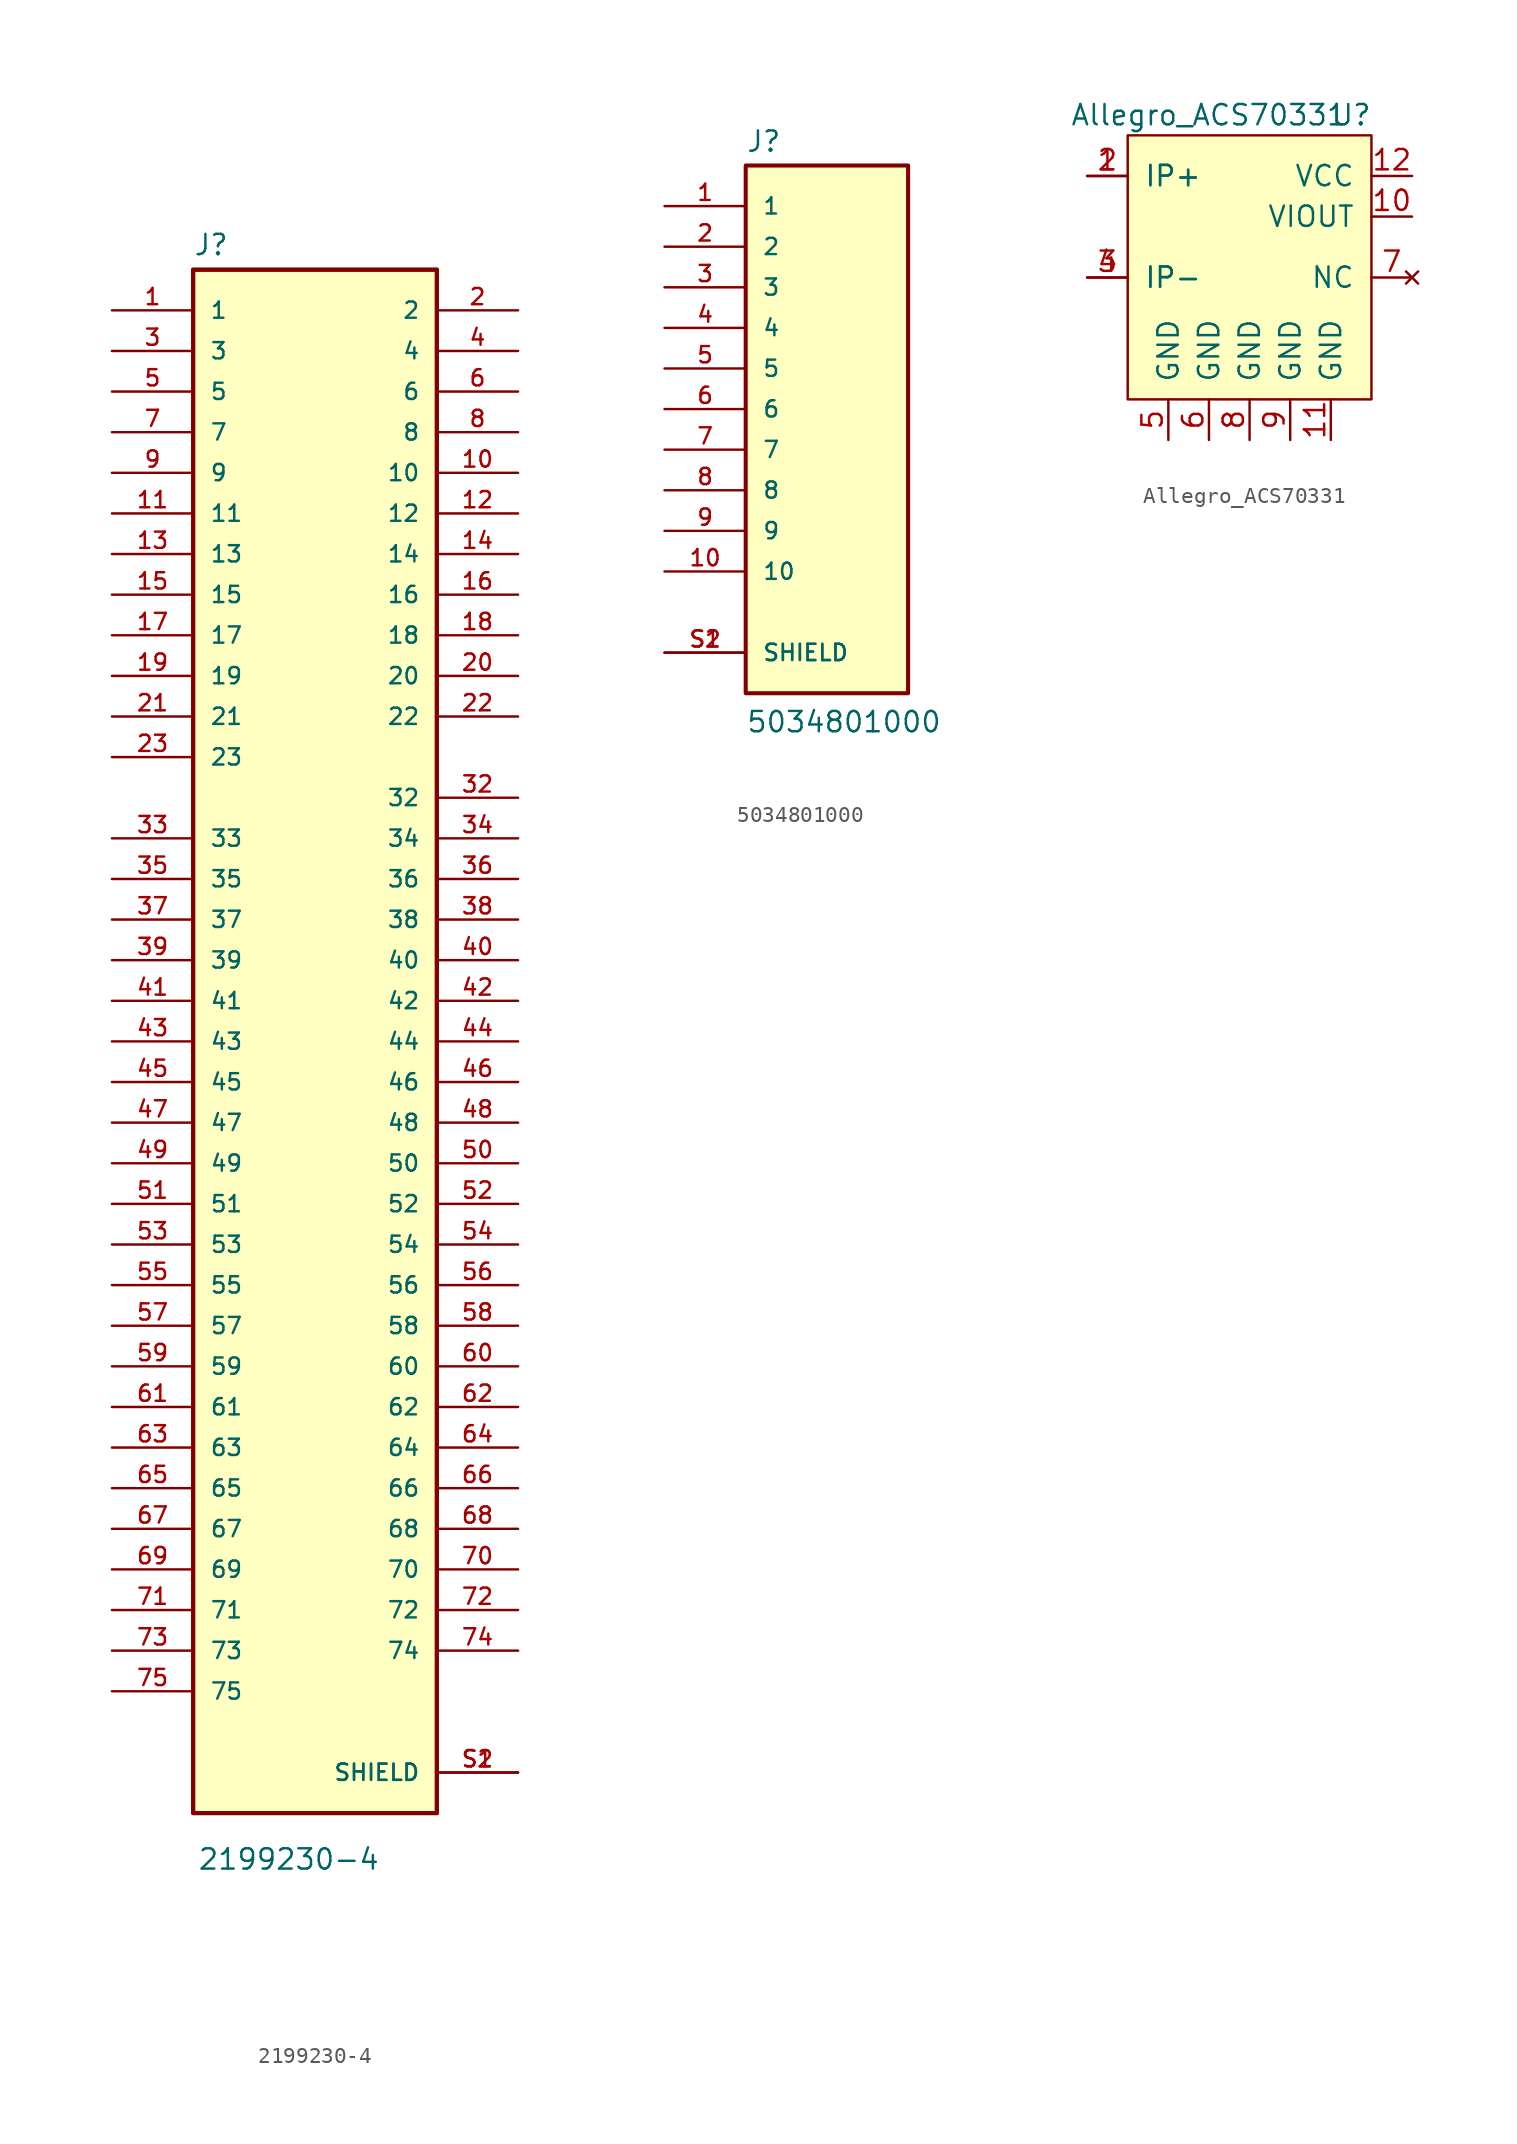
<source format=kicad_sym>
(kicad_symbol_lib
  (version 20211014)
  (generator kicad_symbol_editor)
  (symbol "2199230-4"
    (pin_names
      (offset 1.016))
    (property "Reference" "J"
      (at -7.62 49.073 0)
      (effects (font (size 1.27 1.27)) (justify left bottom)))
    (property "Value" "2199230-4"
      (at -7.366 -51.892 0)
      (effects (font (size 1.27 1.27)) (justify left bottom)))
    (symbol "2199230-4_0_0"
      (rectangle (start -7.62 -48.26) (end 7.62 48.26) (stroke (width 0.254) (type default) (color 0 0 0 0)) (fill (type background)))
      (polyline (pts (xy -7.62 -48.26) (xy -7.62 48.26)) (stroke (width 0.254) (type default) (color 0 0 0 0)) (fill (type none)))
      (polyline (pts (xy -7.62 48.26) (xy 7.62 48.26)) (stroke (width 0.254) (type default) (color 0 0 0 0)) (fill (type background)))
      (polyline (pts (xy 7.62 -48.26) (xy -7.62 -48.26)) (stroke (width 0.254) (type default) (color 0 0 0 0)) (fill (type none)))
      (polyline (pts (xy 7.62 48.26) (xy 7.62 -48.26)) (stroke (width 0.254) (type default) (color 0 0 0 0)) (fill (type none)))
      (pin passive line (at -12.7 45.72 0) (length 5.08) (name "1" (effects (font (size 1.016 1.016)))) (number "1" (effects (font (size 1.016 1.016)))))
      (pin passive line (at 12.7 35.56 180) (length 5.08) (name "10" (effects (font (size 1.016 1.016)))) (number "10" (effects (font (size 1.016 1.016)))))
      (pin passive line (at -12.7 33.02 0) (length 5.08) (name "11" (effects (font (size 1.016 1.016)))) (number "11" (effects (font (size 1.016 1.016)))))
      (pin passive line (at 12.7 33.02 180) (length 5.08) (name "12" (effects (font (size 1.016 1.016)))) (number "12" (effects (font (size 1.016 1.016)))))
      (pin passive line (at -12.7 30.48 0) (length 5.08) (name "13" (effects (font (size 1.016 1.016)))) (number "13" (effects (font (size 1.016 1.016)))))
      (pin passive line (at 12.7 30.48 180) (length 5.08) (name "14" (effects (font (size 1.016 1.016)))) (number "14" (effects (font (size 1.016 1.016)))))
      (pin passive line (at -12.7 27.94 0) (length 5.08) (name "15" (effects (font (size 1.016 1.016)))) (number "15" (effects (font (size 1.016 1.016)))))
      (pin passive line (at 12.7 27.94 180) (length 5.08) (name "16" (effects (font (size 1.016 1.016)))) (number "16" (effects (font (size 1.016 1.016)))))
      (pin passive line (at -12.7 25.4 0) (length 5.08) (name "17" (effects (font (size 1.016 1.016)))) (number "17" (effects (font (size 1.016 1.016)))))
      (pin passive line (at 12.7 25.4 180) (length 5.08) (name "18" (effects (font (size 1.016 1.016)))) (number "18" (effects (font (size 1.016 1.016)))))
      (pin passive line (at -12.7 22.86 0) (length 5.08) (name "19" (effects (font (size 1.016 1.016)))) (number "19" (effects (font (size 1.016 1.016)))))
      (pin passive line (at 12.7 45.72 180) (length 5.08) (name "2" (effects (font (size 1.016 1.016)))) (number "2" (effects (font (size 1.016 1.016)))))
      (pin passive line (at 12.7 22.86 180) (length 5.08) (name "20" (effects (font (size 1.016 1.016)))) (number "20" (effects (font (size 1.016 1.016)))))
      (pin passive line (at -12.7 20.32 0) (length 5.08) (name "21" (effects (font (size 1.016 1.016)))) (number "21" (effects (font (size 1.016 1.016)))))
      (pin passive line (at 12.7 20.32 180) (length 5.08) (name "22" (effects (font (size 1.016 1.016)))) (number "22" (effects (font (size 1.016 1.016)))))
      (pin passive line (at -12.7 17.78 0) (length 5.08) (name "23" (effects (font (size 1.016 1.016)))) (number "23" (effects (font (size 1.016 1.016)))))
      (pin passive line (at -12.7 43.18 0) (length 5.08) (name "3" (effects (font (size 1.016 1.016)))) (number "3" (effects (font (size 1.016 1.016)))))
      (pin passive line (at 12.7 15.24 180) (length 5.08) (name "32" (effects (font (size 1.016 1.016)))) (number "32" (effects (font (size 1.016 1.016)))))
      (pin passive line (at -12.7 12.7 0) (length 5.08) (name "33" (effects (font (size 1.016 1.016)))) (number "33" (effects (font (size 1.016 1.016)))))
      (pin passive line (at 12.7 12.7 180) (length 5.08) (name "34" (effects (font (size 1.016 1.016)))) (number "34" (effects (font (size 1.016 1.016)))))
      (pin passive line (at -12.7 10.16 0) (length 5.08) (name "35" (effects (font (size 1.016 1.016)))) (number "35" (effects (font (size 1.016 1.016)))))
      (pin passive line (at 12.7 10.16 180) (length 5.08) (name "36" (effects (font (size 1.016 1.016)))) (number "36" (effects (font (size 1.016 1.016)))))
      (pin passive line (at -12.7 7.62 0) (length 5.08) (name "37" (effects (font (size 1.016 1.016)))) (number "37" (effects (font (size 1.016 1.016)))))
      (pin passive line (at 12.7 7.62 180) (length 5.08) (name "38" (effects (font (size 1.016 1.016)))) (number "38" (effects (font (size 1.016 1.016)))))
      (pin passive line (at -12.7 5.08 0) (length 5.08) (name "39" (effects (font (size 1.016 1.016)))) (number "39" (effects (font (size 1.016 1.016)))))
      (pin passive line (at 12.7 43.18 180) (length 5.08) (name "4" (effects (font (size 1.016 1.016)))) (number "4" (effects (font (size 1.016 1.016)))))
      (pin passive line (at 12.7 5.08 180) (length 5.08) (name "40" (effects (font (size 1.016 1.016)))) (number "40" (effects (font (size 1.016 1.016)))))
      (pin passive line (at -12.7 2.54 0) (length 5.08) (name "41" (effects (font (size 1.016 1.016)))) (number "41" (effects (font (size 1.016 1.016)))))
      (pin passive line (at 12.7 2.54 180) (length 5.08) (name "42" (effects (font (size 1.016 1.016)))) (number "42" (effects (font (size 1.016 1.016)))))
      (pin passive line (at -12.7 0 0) (length 5.08) (name "43" (effects (font (size 1.016 1.016)))) (number "43" (effects (font (size 1.016 1.016)))))
      (pin passive line (at 12.7 0 180) (length 5.08) (name "44" (effects (font (size 1.016 1.016)))) (number "44" (effects (font (size 1.016 1.016)))))
      (pin passive line (at -12.7 -2.54 0) (length 5.08) (name "45" (effects (font (size 1.016 1.016)))) (number "45" (effects (font (size 1.016 1.016)))))
      (pin passive line (at 12.7 -2.54 180) (length 5.08) (name "46" (effects (font (size 1.016 1.016)))) (number "46" (effects (font (size 1.016 1.016)))))
      (pin passive line (at -12.7 -5.08 0) (length 5.08) (name "47" (effects (font (size 1.016 1.016)))) (number "47" (effects (font (size 1.016 1.016)))))
      (pin passive line (at 12.7 -5.08 180) (length 5.08) (name "48" (effects (font (size 1.016 1.016)))) (number "48" (effects (font (size 1.016 1.016)))))
      (pin passive line (at -12.7 -7.62 0) (length 5.08) (name "49" (effects (font (size 1.016 1.016)))) (number "49" (effects (font (size 1.016 1.016)))))
      (pin passive line (at -12.7 40.64 0) (length 5.08) (name "5" (effects (font (size 1.016 1.016)))) (number "5" (effects (font (size 1.016 1.016)))))
      (pin passive line (at 12.7 -7.62 180) (length 5.08) (name "50" (effects (font (size 1.016 1.016)))) (number "50" (effects (font (size 1.016 1.016)))))
      (pin passive line (at -12.7 -10.16 0) (length 5.08) (name "51" (effects (font (size 1.016 1.016)))) (number "51" (effects (font (size 1.016 1.016)))))
      (pin passive line (at 12.7 -10.16 180) (length 5.08) (name "52" (effects (font (size 1.016 1.016)))) (number "52" (effects (font (size 1.016 1.016)))))
      (pin passive line (at -12.7 -12.7 0) (length 5.08) (name "53" (effects (font (size 1.016 1.016)))) (number "53" (effects (font (size 1.016 1.016)))))
      (pin passive line (at 12.7 -12.7 180) (length 5.08) (name "54" (effects (font (size 1.016 1.016)))) (number "54" (effects (font (size 1.016 1.016)))))
      (pin passive line (at -12.7 -15.24 0) (length 5.08) (name "55" (effects (font (size 1.016 1.016)))) (number "55" (effects (font (size 1.016 1.016)))))
      (pin passive line (at 12.7 -15.24 180) (length 5.08) (name "56" (effects (font (size 1.016 1.016)))) (number "56" (effects (font (size 1.016 1.016)))))
      (pin passive line (at -12.7 -17.78 0) (length 5.08) (name "57" (effects (font (size 1.016 1.016)))) (number "57" (effects (font (size 1.016 1.016)))))
      (pin passive line (at 12.7 -17.78 180) (length 5.08) (name "58" (effects (font (size 1.016 1.016)))) (number "58" (effects (font (size 1.016 1.016)))))
      (pin passive line (at -12.7 -20.32 0) (length 5.08) (name "59" (effects (font (size 1.016 1.016)))) (number "59" (effects (font (size 1.016 1.016)))))
      (pin passive line (at 12.7 40.64 180) (length 5.08) (name "6" (effects (font (size 1.016 1.016)))) (number "6" (effects (font (size 1.016 1.016)))))
      (pin passive line (at 12.7 -20.32 180) (length 5.08) (name "60" (effects (font (size 1.016 1.016)))) (number "60" (effects (font (size 1.016 1.016)))))
      (pin passive line (at -12.7 -22.86 0) (length 5.08) (name "61" (effects (font (size 1.016 1.016)))) (number "61" (effects (font (size 1.016 1.016)))))
      (pin passive line (at 12.7 -22.86 180) (length 5.08) (name "62" (effects (font (size 1.016 1.016)))) (number "62" (effects (font (size 1.016 1.016)))))
      (pin passive line (at -12.7 -25.4 0) (length 5.08) (name "63" (effects (font (size 1.016 1.016)))) (number "63" (effects (font (size 1.016 1.016)))))
      (pin passive line (at 12.7 -25.4 180) (length 5.08) (name "64" (effects (font (size 1.016 1.016)))) (number "64" (effects (font (size 1.016 1.016)))))
      (pin passive line (at -12.7 -27.94 0) (length 5.08) (name "65" (effects (font (size 1.016 1.016)))) (number "65" (effects (font (size 1.016 1.016)))))
      (pin passive line (at 12.7 -27.94 180) (length 5.08) (name "66" (effects (font (size 1.016 1.016)))) (number "66" (effects (font (size 1.016 1.016)))))
      (pin passive line (at -12.7 -30.48 0) (length 5.08) (name "67" (effects (font (size 1.016 1.016)))) (number "67" (effects (font (size 1.016 1.016)))))
      (pin passive line (at 12.7 -30.48 180) (length 5.08) (name "68" (effects (font (size 1.016 1.016)))) (number "68" (effects (font (size 1.016 1.016)))))
      (pin passive line (at -12.7 -33.02 0) (length 5.08) (name "69" (effects (font (size 1.016 1.016)))) (number "69" (effects (font (size 1.016 1.016)))))
      (pin passive line (at -12.7 38.1 0) (length 5.08) (name "7" (effects (font (size 1.016 1.016)))) (number "7" (effects (font (size 1.016 1.016)))))
      (pin passive line (at 12.7 -33.02 180) (length 5.08) (name "70" (effects (font (size 1.016 1.016)))) (number "70" (effects (font (size 1.016 1.016)))))
      (pin passive line (at -12.7 -35.56 0) (length 5.08) (name "71" (effects (font (size 1.016 1.016)))) (number "71" (effects (font (size 1.016 1.016)))))
      (pin passive line (at 12.7 -35.56 180) (length 5.08) (name "72" (effects (font (size 1.016 1.016)))) (number "72" (effects (font (size 1.016 1.016)))))
      (pin passive line (at -12.7 -38.1 0) (length 5.08) (name "73" (effects (font (size 1.016 1.016)))) (number "73" (effects (font (size 1.016 1.016)))))
      (pin passive line (at 12.7 -38.1 180) (length 5.08) (name "74" (effects (font (size 1.016 1.016)))) (number "74" (effects (font (size 1.016 1.016)))))
      (pin passive line (at -12.7 -40.64 0) (length 5.08) (name "75" (effects (font (size 1.016 1.016)))) (number "75" (effects (font (size 1.016 1.016)))))
      (pin passive line (at 12.7 38.1 180) (length 5.08) (name "8" (effects (font (size 1.016 1.016)))) (number "8" (effects (font (size 1.016 1.016)))))
      (pin passive line (at -12.7 35.56 0) (length 5.08) (name "9" (effects (font (size 1.016 1.016)))) (number "9" (effects (font (size 1.016 1.016)))))
      (pin passive line (at 12.7 -45.72 180) (length 5.08) (name "SHIELD" (effects (font (size 1.016 1.016)))) (number "S1" (effects (font (size 1.016 1.016)))))
      (pin passive line (at 12.7 -45.72 180) (length 5.08) (name "SHIELD" (effects (font (size 1.016 1.016)))) (number "S2" (effects (font (size 1.016 1.016)))))))
  (symbol "5034801000"
    (pin_names
      (offset 1.016))
    (property "Reference" "J"
      (at -5.08 18.542 0)
      (effects (font (size 1.27 1.27)) (justify left bottom)))
    (property "Value" "5034801000"
      (at -5.08 -17.78 0)
      (effects (font (size 1.27 1.27)) (justify left bottom)))
    (symbol "5034801000_0_0"
      (rectangle (start -5.08 -15.24) (end 5.08 17.78) (stroke (width 0.254) (type default) (color 0 0 0 0)) (fill (type background)))
      (pin passive line (at -10.16 15.24 0) (length 5.08) (name "1" (effects (font (size 1.016 1.016)))) (number "1" (effects (font (size 1.016 1.016)))))
      (pin passive line (at -10.16 -7.62 0) (length 5.08) (name "10" (effects (font (size 1.016 1.016)))) (number "10" (effects (font (size 1.016 1.016)))))
      (pin passive line (at -10.16 12.7 0) (length 5.08) (name "2" (effects (font (size 1.016 1.016)))) (number "2" (effects (font (size 1.016 1.016)))))
      (pin passive line (at -10.16 10.16 0) (length 5.08) (name "3" (effects (font (size 1.016 1.016)))) (number "3" (effects (font (size 1.016 1.016)))))
      (pin passive line (at -10.16 7.62 0) (length 5.08) (name "4" (effects (font (size 1.016 1.016)))) (number "4" (effects (font (size 1.016 1.016)))))
      (pin passive line (at -10.16 5.08 0) (length 5.08) (name "5" (effects (font (size 1.016 1.016)))) (number "5" (effects (font (size 1.016 1.016)))))
      (pin passive line (at -10.16 2.54 0) (length 5.08) (name "6" (effects (font (size 1.016 1.016)))) (number "6" (effects (font (size 1.016 1.016)))))
      (pin passive line (at -10.16 0 0) (length 5.08) (name "7" (effects (font (size 1.016 1.016)))) (number "7" (effects (font (size 1.016 1.016)))))
      (pin passive line (at -10.16 -2.54 0) (length 5.08) (name "8" (effects (font (size 1.016 1.016)))) (number "8" (effects (font (size 1.016 1.016)))))
      (pin passive line (at -10.16 -5.08 0) (length 5.08) (name "9" (effects (font (size 1.016 1.016)))) (number "9" (effects (font (size 1.016 1.016)))))
      (pin passive line (at -10.16 -12.7 0) (length 5.08) (name "SHIELD" (effects (font (size 1.016 1.016)))) (number "S1" (effects (font (size 1.016 1.016)))))
      (pin passive line (at -10.16 -12.7 0) (length 5.08) (name "SHIELD" (effects (font (size 1.016 1.016)))) (number "S2" (effects (font (size 1.016 1.016)))))))
  (symbol "Allegro_ACS70331"
    (pin_names
      (offset 1.016))
    (property "Reference" "U"
      (at 13.97 17.78 0)
      (effects (font (size 1.27 1.27))))
    (property "Value" "Allegro_ACS70331"
      (at 5.08 17.78 0)
      (effects (font (size 1.27 1.27))))
    (symbol "Allegro_ACS70331_0_1"
      (rectangle (start 0 0) (end 15.24 16.51) (stroke (width 0) (type default) (color 0 0 0 0)) (fill (type background))))
    (symbol "Allegro_ACS70331_1_1"
      (pin input line (at -2.54 13.97 0) (length 2.54) (name "IP+" (effects (font (size 1.27 1.27)))) (number "1" (effects (font (size 1.27 1.27)))))
      (pin input line (at 17.78 11.43 180) (length 2.54) (name "VIOUT" (effects (font (size 1.27 1.27)))) (number "10" (effects (font (size 1.27 1.27)))))
      (pin input line (at 12.7 -2.54 90) (length 2.54) (name "GND" (effects (font (size 1.27 1.27)))) (number "11" (effects (font (size 1.27 1.27)))))
      (pin input line (at 17.78 13.97 180) (length 2.54) (name "VCC" (effects (font (size 1.27 1.27)))) (number "12" (effects (font (size 1.27 1.27)))))
      (pin input line (at -2.54 13.97 0) (length 2.54) (name "IP+" (effects (font (size 1.27 1.27)))) (number "2" (effects (font (size 1.27 1.27)))))
      (pin input line (at -2.54 7.62 0) (length 2.54) (name "IP-" (effects (font (size 1.27 1.27)))) (number "3" (effects (font (size 1.27 1.27)))))
      (pin input line (at -2.54 7.62 0) (length 2.54) (name "IP-" (effects (font (size 1.27 1.27)))) (number "4" (effects (font (size 1.27 1.27)))))
      (pin input line (at 2.54 -2.54 90) (length 2.54) (name "GND" (effects (font (size 1.27 1.27)))) (number "5" (effects (font (size 1.27 1.27)))))
      (pin input line (at 5.08 -2.54 90) (length 2.54) (name "GND" (effects (font (size 1.27 1.27)))) (number "6" (effects (font (size 1.27 1.27)))))
      (pin no_connect line (at 17.78 7.62 180) (length 2.54) (name "NC" (effects (font (size 1.27 1.27)))) (number "7" (effects (font (size 1.27 1.27)))))
      (pin input line (at 7.62 -2.54 90) (length 2.54) (name "GND" (effects (font (size 1.27 1.27)))) (number "8" (effects (font (size 1.27 1.27)))))
      (pin input line (at 10.16 -2.54 90) (length 2.54) (name "GND" (effects (font (size 1.27 1.27)))) (number "9" (effects (font (size 1.27 1.27))))))))
</source>
